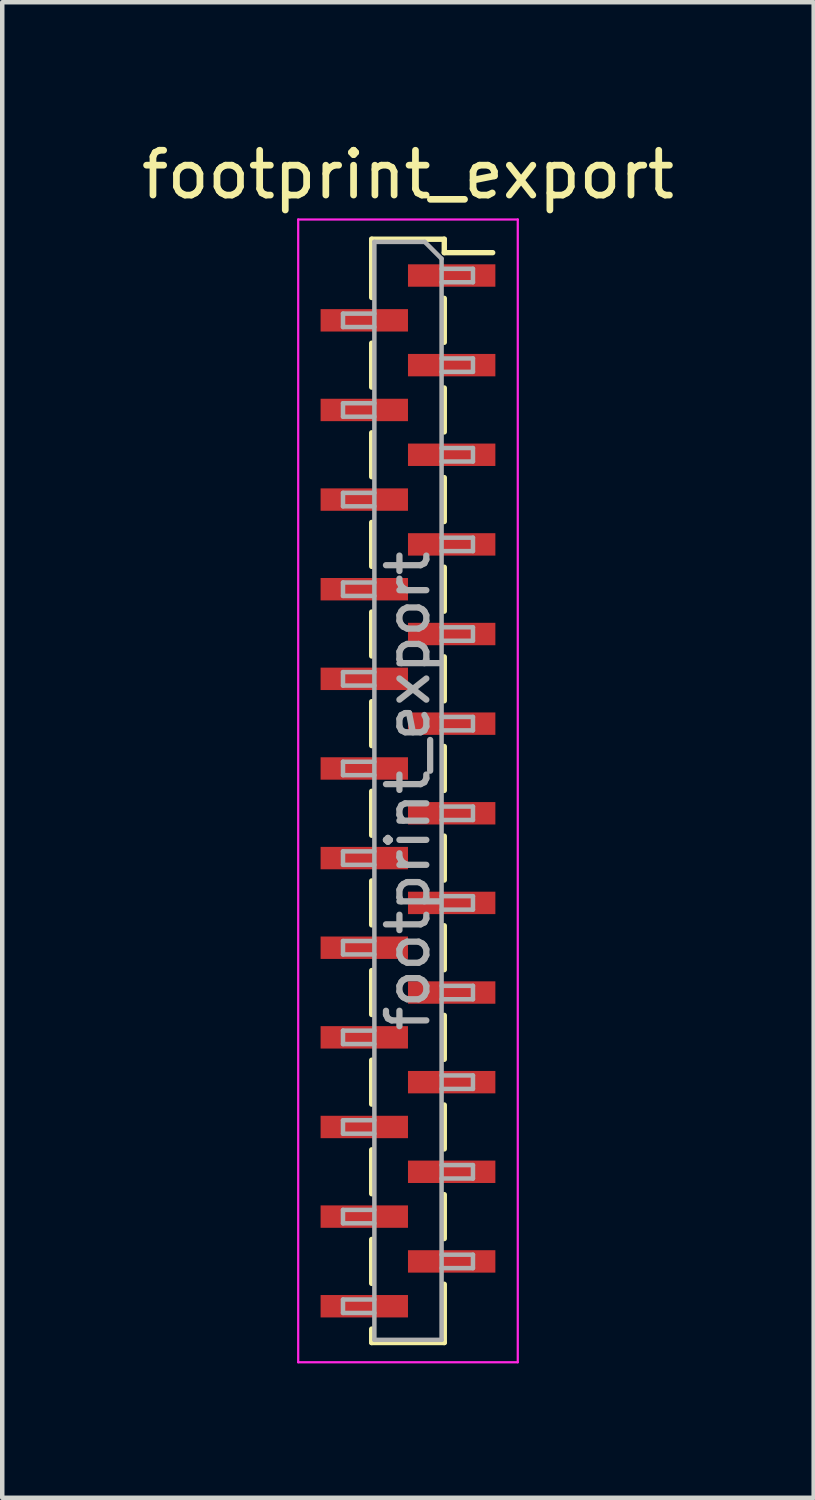
<source format=kicad_pcb>
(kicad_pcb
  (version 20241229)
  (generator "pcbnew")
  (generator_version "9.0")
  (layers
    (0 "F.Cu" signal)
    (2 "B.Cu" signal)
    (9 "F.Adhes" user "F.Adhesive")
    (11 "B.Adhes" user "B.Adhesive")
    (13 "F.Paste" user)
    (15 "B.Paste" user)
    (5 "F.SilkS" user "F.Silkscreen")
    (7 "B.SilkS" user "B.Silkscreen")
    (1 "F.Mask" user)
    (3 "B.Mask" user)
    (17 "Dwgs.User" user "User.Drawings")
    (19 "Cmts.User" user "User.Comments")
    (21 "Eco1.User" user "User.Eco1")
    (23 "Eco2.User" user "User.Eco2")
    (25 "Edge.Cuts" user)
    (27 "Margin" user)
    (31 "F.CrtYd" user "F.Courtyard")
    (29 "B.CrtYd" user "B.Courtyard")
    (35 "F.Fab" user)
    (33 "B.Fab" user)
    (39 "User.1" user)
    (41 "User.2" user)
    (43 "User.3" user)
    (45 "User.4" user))
  (footprint "footprint_export"
    (layer "F.Cu")
    (at 6.054 14.598)
    (property "Reference" "footprint_export" (at 0 -13.75 0) (layer "F.SilkS") (effects (font (size 1 1) (thickness 0.15))))
    (attr smd)
    (fp_line (start -0.81 -12.31) (end -0.81 -11.01) (stroke (width 0.12) (type solid)) (layer "F.SilkS"))
    (fp_line (start -0.81 -12.31) (end 0.81 -12.31) (stroke (width 0.12) (type solid)) (layer "F.SilkS"))
    (fp_line (start -0.81 -9.99) (end -0.81 -9.01) (stroke (width 0.12) (type solid)) (layer "F.SilkS"))
    (fp_line (start -0.81 -7.99) (end -0.81 -7.01) (stroke (width 0.12) (type solid)) (layer "F.SilkS"))
    (fp_line (start -0.81 -5.99) (end -0.81 -5.01) (stroke (width 0.12) (type solid)) (layer "F.SilkS"))
    (fp_line (start -0.81 -3.99) (end -0.81 -3.01) (stroke (width 0.12) (type solid)) (layer "F.SilkS"))
    (fp_line (start -0.81 -1.99) (end -0.81 -1.01) (stroke (width 0.12) (type solid)) (layer "F.SilkS"))
    (fp_line (start -0.81 0.01) (end -0.81 0.99) (stroke (width 0.12) (type solid)) (layer "F.SilkS"))
    (fp_line (start -0.81 2.01) (end -0.81 2.99) (stroke (width 0.12) (type solid)) (layer "F.SilkS"))
    (fp_line (start -0.81 4.01) (end -0.81 4.99) (stroke (width 0.12) (type solid)) (layer "F.SilkS"))
    (fp_line (start -0.81 6.01) (end -0.81 6.99) (stroke (width 0.12) (type solid)) (layer "F.SilkS"))
    (fp_line (start -0.81 8.01) (end -0.81 8.99) (stroke (width 0.12) (type solid)) (layer "F.SilkS"))
    (fp_line (start -0.81 10.01) (end -0.81 10.99) (stroke (width 0.12) (type solid)) (layer "F.SilkS"))
    (fp_line (start -0.81 12.01) (end -0.81 12.31) (stroke (width 0.12) (type solid)) (layer "F.SilkS"))
    (fp_line (start -0.81 12.31) (end 0.81 12.31) (stroke (width 0.12) (type solid)) (layer "F.SilkS"))
    (fp_line (start 0.81 -12.31) (end 0.81 -12.01) (stroke (width 0.12) (type solid)) (layer "F.SilkS"))
    (fp_line (start 0.81 -12.01) (end 1.89 -12.01) (stroke (width 0.12) (type solid)) (layer "F.SilkS"))
    (fp_line (start 0.81 -10.99) (end 0.81 -10.01) (stroke (width 0.12) (type solid)) (layer "F.SilkS"))
    (fp_line (start 0.81 -8.99) (end 0.81 -8.01) (stroke (width 0.12) (type solid)) (layer "F.SilkS"))
    (fp_line (start 0.81 -6.99) (end 0.81 -6.01) (stroke (width 0.12) (type solid)) (layer "F.SilkS"))
    (fp_line (start 0.81 -4.99) (end 0.81 -4.01) (stroke (width 0.12) (type solid)) (layer "F.SilkS"))
    (fp_line (start 0.81 -2.99) (end 0.81 -2.01) (stroke (width 0.12) (type solid)) (layer "F.SilkS"))
    (fp_line (start 0.81 -0.99) (end 0.81 -0.01) (stroke (width 0.12) (type solid)) (layer "F.SilkS"))
    (fp_line (start 0.81 1.01) (end 0.81 1.99) (stroke (width 0.12) (type solid)) (layer "F.SilkS"))
    (fp_line (start 0.81 3.01) (end 0.81 3.99) (stroke (width 0.12) (type solid)) (layer "F.SilkS"))
    (fp_line (start 0.81 5.01) (end 0.81 5.99) (stroke (width 0.12) (type solid)) (layer "F.SilkS"))
    (fp_line (start 0.81 7.01) (end 0.81 7.99) (stroke (width 0.12) (type solid)) (layer "F.SilkS"))
    (fp_line (start 0.81 9.01) (end 0.81 9.99) (stroke (width 0.12) (type solid)) (layer "F.SilkS"))
    (fp_line (start 0.81 11.01) (end 0.81 12.31) (stroke (width 0.12) (type solid)) (layer "F.SilkS"))
    (fp_line (start -2.45 -12.75) (end 2.45 -12.75) (stroke (width 0.05) (type solid)) (layer "F.CrtYd"))
    (fp_line (start -2.45 12.75) (end -2.45 -12.75) (stroke (width 0.05) (type solid)) (layer "F.CrtYd"))
    (fp_line (start 2.45 -12.75) (end 2.45 12.75) (stroke (width 0.05) (type solid)) (layer "F.CrtYd"))
    (fp_line (start 2.45 12.75) (end -2.45 12.75) (stroke (width 0.05) (type solid)) (layer "F.CrtYd"))
    (fp_line (start -1.45 -10.65) (end -0.75 -10.65) (stroke (width 0.1) (type solid)) (layer "F.Fab"))
    (fp_line (start -1.45 -10.35) (end -1.45 -10.65) (stroke (width 0.1) (type solid)) (layer "F.Fab"))
    (fp_line (start -1.45 -8.65) (end -0.75 -8.65) (stroke (width 0.1) (type solid)) (layer "F.Fab"))
    (fp_line (start -1.45 -8.35) (end -1.45 -8.65) (stroke (width 0.1) (type solid)) (layer "F.Fab"))
    (fp_line (start -1.45 -6.65) (end -0.75 -6.65) (stroke (width 0.1) (type solid)) (layer "F.Fab"))
    (fp_line (start -1.45 -6.35) (end -1.45 -6.65) (stroke (width 0.1) (type solid)) (layer "F.Fab"))
    (fp_line (start -1.45 -4.65) (end -0.75 -4.65) (stroke (width 0.1) (type solid)) (layer "F.Fab"))
    (fp_line (start -1.45 -4.35) (end -1.45 -4.65) (stroke (width 0.1) (type solid)) (layer "F.Fab"))
    (fp_line (start -1.45 -2.65) (end -0.75 -2.65) (stroke (width 0.1) (type solid)) (layer "F.Fab"))
    (fp_line (start -1.45 -2.35) (end -1.45 -2.65) (stroke (width 0.1) (type solid)) (layer "F.Fab"))
    (fp_line (start -1.45 -0.65) (end -0.75 -0.65) (stroke (width 0.1) (type solid)) (layer "F.Fab"))
    (fp_line (start -1.45 -0.35) (end -1.45 -0.65) (stroke (width 0.1) (type solid)) (layer "F.Fab"))
    (fp_line (start -1.45 1.35) (end -0.75 1.35) (stroke (width 0.1) (type solid)) (layer "F.Fab"))
    (fp_line (start -1.45 1.65) (end -1.45 1.35) (stroke (width 0.1) (type solid)) (layer "F.Fab"))
    (fp_line (start -1.45 3.35) (end -0.75 3.35) (stroke (width 0.1) (type solid)) (layer "F.Fab"))
    (fp_line (start -1.45 3.65) (end -1.45 3.35) (stroke (width 0.1) (type solid)) (layer "F.Fab"))
    (fp_line (start -1.45 5.35) (end -0.75 5.35) (stroke (width 0.1) (type solid)) (layer "F.Fab"))
    (fp_line (start -1.45 5.65) (end -1.45 5.35) (stroke (width 0.1) (type solid)) (layer "F.Fab"))
    (fp_line (start -1.45 7.35) (end -0.75 7.35) (stroke (width 0.1) (type solid)) (layer "F.Fab"))
    (fp_line (start -1.45 7.65) (end -1.45 7.35) (stroke (width 0.1) (type solid)) (layer "F.Fab"))
    (fp_line (start -1.45 9.35) (end -0.75 9.35) (stroke (width 0.1) (type solid)) (layer "F.Fab"))
    (fp_line (start -1.45 9.65) (end -1.45 9.35) (stroke (width 0.1) (type solid)) (layer "F.Fab"))
    (fp_line (start -1.45 11.35) (end -0.75 11.35) (stroke (width 0.1) (type solid)) (layer "F.Fab"))
    (fp_line (start -1.45 11.65) (end -1.45 11.35) (stroke (width 0.1) (type solid)) (layer "F.Fab"))
    (fp_line (start -0.75 -12.25) (end 0.375 -12.25) (stroke (width 0.1) (type solid)) (layer "F.Fab"))
    (fp_line (start -0.75 -10.35) (end -1.45 -10.35) (stroke (width 0.1) (type solid)) (layer "F.Fab"))
    (fp_line (start -0.75 -8.35) (end -1.45 -8.35) (stroke (width 0.1) (type solid)) (layer "F.Fab"))
    (fp_line (start -0.75 -6.35) (end -1.45 -6.35) (stroke (width 0.1) (type solid)) (layer "F.Fab"))
    (fp_line (start -0.75 -4.35) (end -1.45 -4.35) (stroke (width 0.1) (type solid)) (layer "F.Fab"))
    (fp_line (start -0.75 -2.35) (end -1.45 -2.35) (stroke (width 0.1) (type solid)) (layer "F.Fab"))
    (fp_line (start -0.75 -0.35) (end -1.45 -0.35) (stroke (width 0.1) (type solid)) (layer "F.Fab"))
    (fp_line (start -0.75 1.65) (end -1.45 1.65) (stroke (width 0.1) (type solid)) (layer "F.Fab"))
    (fp_line (start -0.75 3.65) (end -1.45 3.65) (stroke (width 0.1) (type solid)) (layer "F.Fab"))
    (fp_line (start -0.75 5.65) (end -1.45 5.65) (stroke (width 0.1) (type solid)) (layer "F.Fab"))
    (fp_line (start -0.75 7.65) (end -1.45 7.65) (stroke (width 0.1) (type solid)) (layer "F.Fab"))
    (fp_line (start -0.75 9.65) (end -1.45 9.65) (stroke (width 0.1) (type solid)) (layer "F.Fab"))
    (fp_line (start -0.75 11.65) (end -1.45 11.65) (stroke (width 0.1) (type solid)) (layer "F.Fab"))
    (fp_line (start -0.75 12.25) (end -0.75 -12.25) (stroke (width 0.1) (type solid)) (layer "F.Fab"))
    (fp_line (start 0.375 -12.25) (end 0.75 -11.875) (stroke (width 0.1) (type solid)) (layer "F.Fab"))
    (fp_line (start 0.75 -11.875) (end 0.75 12.25) (stroke (width 0.1) (type solid)) (layer "F.Fab"))
    (fp_line (start 0.75 -11.65) (end 1.45 -11.65) (stroke (width 0.1) (type solid)) (layer "F.Fab"))
    (fp_line (start 0.75 -9.65) (end 1.45 -9.65) (stroke (width 0.1) (type solid)) (layer "F.Fab"))
    (fp_line (start 0.75 -7.65) (end 1.45 -7.65) (stroke (width 0.1) (type solid)) (layer "F.Fab"))
    (fp_line (start 0.75 -5.65) (end 1.45 -5.65) (stroke (width 0.1) (type solid)) (layer "F.Fab"))
    (fp_line (start 0.75 -3.65) (end 1.45 -3.65) (stroke (width 0.1) (type solid)) (layer "F.Fab"))
    (fp_line (start 0.75 -1.65) (end 1.45 -1.65) (stroke (width 0.1) (type solid)) (layer "F.Fab"))
    (fp_line (start 0.75 0.35) (end 1.45 0.35) (stroke (width 0.1) (type solid)) (layer "F.Fab"))
    (fp_line (start 0.75 2.35) (end 1.45 2.35) (stroke (width 0.1) (type solid)) (layer "F.Fab"))
    (fp_line (start 0.75 4.35) (end 1.45 4.35) (stroke (width 0.1) (type solid)) (layer "F.Fab"))
    (fp_line (start 0.75 6.35) (end 1.45 6.35) (stroke (width 0.1) (type solid)) (layer "F.Fab"))
    (fp_line (start 0.75 8.35) (end 1.45 8.35) (stroke (width 0.1) (type solid)) (layer "F.Fab"))
    (fp_line (start 0.75 10.35) (end 1.45 10.35) (stroke (width 0.1) (type solid)) (layer "F.Fab"))
    (fp_line (start 0.75 12.25) (end -0.75 12.25) (stroke (width 0.1) (type solid)) (layer "F.Fab"))
    (fp_line (start 1.45 -11.65) (end 1.45 -11.35) (stroke (width 0.1) (type solid)) (layer "F.Fab"))
    (fp_line (start 1.45 -11.35) (end 0.75 -11.35) (stroke (width 0.1) (type solid)) (layer "F.Fab"))
    (fp_line (start 1.45 -9.65) (end 1.45 -9.35) (stroke (width 0.1) (type solid)) (layer "F.Fab"))
    (fp_line (start 1.45 -9.35) (end 0.75 -9.35) (stroke (width 0.1) (type solid)) (layer "F.Fab"))
    (fp_line (start 1.45 -7.65) (end 1.45 -7.35) (stroke (width 0.1) (type solid)) (layer "F.Fab"))
    (fp_line (start 1.45 -7.35) (end 0.75 -7.35) (stroke (width 0.1) (type solid)) (layer "F.Fab"))
    (fp_line (start 1.45 -5.65) (end 1.45 -5.35) (stroke (width 0.1) (type solid)) (layer "F.Fab"))
    (fp_line (start 1.45 -5.35) (end 0.75 -5.35) (stroke (width 0.1) (type solid)) (layer "F.Fab"))
    (fp_line (start 1.45 -3.65) (end 1.45 -3.35) (stroke (width 0.1) (type solid)) (layer "F.Fab"))
    (fp_line (start 1.45 -3.35) (end 0.75 -3.35) (stroke (width 0.1) (type solid)) (layer "F.Fab"))
    (fp_line (start 1.45 -1.65) (end 1.45 -1.35) (stroke (width 0.1) (type solid)) (layer "F.Fab"))
    (fp_line (start 1.45 -1.35) (end 0.75 -1.35) (stroke (width 0.1) (type solid)) (layer "F.Fab"))
    (fp_line (start 1.45 0.35) (end 1.45 0.65) (stroke (width 0.1) (type solid)) (layer "F.Fab"))
    (fp_line (start 1.45 0.65) (end 0.75 0.65) (stroke (width 0.1) (type solid)) (layer "F.Fab"))
    (fp_line (start 1.45 2.35) (end 1.45 2.65) (stroke (width 0.1) (type solid)) (layer "F.Fab"))
    (fp_line (start 1.45 2.65) (end 0.75 2.65) (stroke (width 0.1) (type solid)) (layer "F.Fab"))
    (fp_line (start 1.45 4.35) (end 1.45 4.65) (stroke (width 0.1) (type solid)) (layer "F.Fab"))
    (fp_line (start 1.45 4.65) (end 0.75 4.65) (stroke (width 0.1) (type solid)) (layer "F.Fab"))
    (fp_line (start 1.45 6.35) (end 1.45 6.65) (stroke (width 0.1) (type solid)) (layer "F.Fab"))
    (fp_line (start 1.45 6.65) (end 0.75 6.65) (stroke (width 0.1) (type solid)) (layer "F.Fab"))
    (fp_line (start 1.45 8.35) (end 1.45 8.65) (stroke (width 0.1) (type solid)) (layer "F.Fab"))
    (fp_line (start 1.45 8.65) (end 0.75 8.65) (stroke (width 0.1) (type solid)) (layer "F.Fab"))
    (fp_line (start 1.45 10.35) (end 1.45 10.65) (stroke (width 0.1) (type solid)) (layer "F.Fab"))
    (fp_line (start 1.45 10.65) (end 0.75 10.65) (stroke (width 0.1) (type solid)) (layer "F.Fab"))
    (fp_text user "${REFERENCE}" (at 0 0 90) (layer "F.Fab") (effects (font (size 0.9 0.9) (thickness 0.14))))
    (pad "1" smd rect (at 0.975 -11.5) (size 1.95 0.5) (layers "F.Cu" "F.Mask" "F.Paste"))
    (pad "2" smd rect (at -0.975 -10.5) (size 1.95 0.5) (layers "F.Cu" "F.Mask" "F.Paste"))
    (pad "3" smd rect (at 0.975 -9.5) (size 1.95 0.5) (layers "F.Cu" "F.Mask" "F.Paste"))
    (pad "4" smd rect (at -0.975 -8.5) (size 1.95 0.5) (layers "F.Cu" "F.Mask" "F.Paste"))
    (pad "5" smd rect (at 0.975 -7.5) (size 1.95 0.5) (layers "F.Cu" "F.Mask" "F.Paste"))
    (pad "6" smd rect (at -0.975 -6.5) (size 1.95 0.5) (layers "F.Cu" "F.Mask" "F.Paste"))
    (pad "7" smd rect (at 0.975 -5.5) (size 1.95 0.5) (layers "F.Cu" "F.Mask" "F.Paste"))
    (pad "8" smd rect (at -0.975 -4.5) (size 1.95 0.5) (layers "F.Cu" "F.Mask" "F.Paste"))
    (pad "9" smd rect (at 0.975 -3.5) (size 1.95 0.5) (layers "F.Cu" "F.Mask" "F.Paste"))
    (pad "10" smd rect (at -0.975 -2.5) (size 1.95 0.5) (layers "F.Cu" "F.Mask" "F.Paste"))
    (pad "11" smd rect (at 0.975 -1.5) (size 1.95 0.5) (layers "F.Cu" "F.Mask" "F.Paste"))
    (pad "12" smd rect (at -0.975 -0.5) (size 1.95 0.5) (layers "F.Cu" "F.Mask" "F.Paste"))
    (pad "13" smd rect (at 0.975 0.5) (size 1.95 0.5) (layers "F.Cu" "F.Mask" "F.Paste"))
    (pad "14" smd rect (at -0.975 1.5) (size 1.95 0.5) (layers "F.Cu" "F.Mask" "F.Paste"))
    (pad "15" smd rect (at 0.975 2.5) (size 1.95 0.5) (layers "F.Cu" "F.Mask" "F.Paste"))
    (pad "16" smd rect (at -0.975 3.5) (size 1.95 0.5) (layers "F.Cu" "F.Mask" "F.Paste"))
    (pad "17" smd rect (at 0.975 4.5) (size 1.95 0.5) (layers "F.Cu" "F.Mask" "F.Paste"))
    (pad "18" smd rect (at -0.975 5.5) (size 1.95 0.5) (layers "F.Cu" "F.Mask" "F.Paste"))
    (pad "19" smd rect (at 0.975 6.5) (size 1.95 0.5) (layers "F.Cu" "F.Mask" "F.Paste"))
    (pad "20" smd rect (at -0.975 7.5) (size 1.95 0.5) (layers "F.Cu" "F.Mask" "F.Paste"))
    (pad "21" smd rect (at 0.975 8.5) (size 1.95 0.5) (layers "F.Cu" "F.Mask" "F.Paste"))
    (pad "22" smd rect (at -0.975 9.5) (size 1.95 0.5) (layers "F.Cu" "F.Mask" "F.Paste"))
    (pad "23" smd rect (at 0.975 10.5) (size 1.95 0.5) (layers "F.Cu" "F.Mask" "F.Paste"))
    (pad "24" smd rect (at -0.975 11.5) (size 1.95 0.5) (layers "F.Cu" "F.Mask" "F.Paste")))
  (gr_rect
    (start -3 -3)
    (end 15.107 30.373)
    (stroke (width 0.1) (type default))
    (fill no)
    (layer "Edge.Cuts")))
</source>
